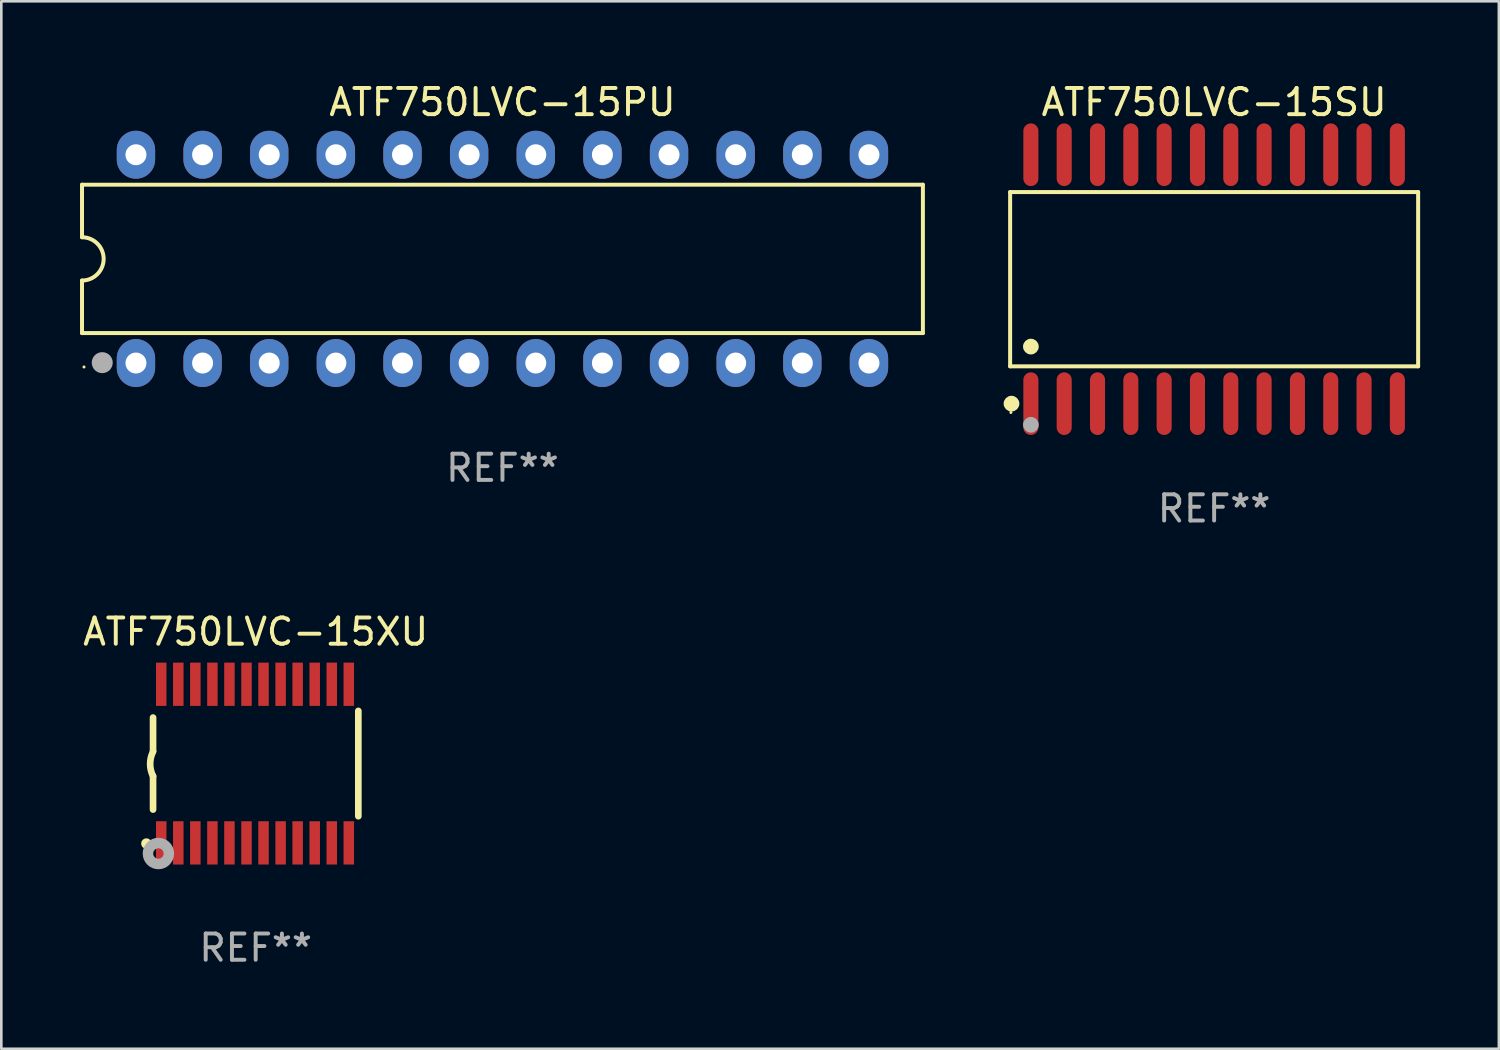
<source format=kicad_pcb>
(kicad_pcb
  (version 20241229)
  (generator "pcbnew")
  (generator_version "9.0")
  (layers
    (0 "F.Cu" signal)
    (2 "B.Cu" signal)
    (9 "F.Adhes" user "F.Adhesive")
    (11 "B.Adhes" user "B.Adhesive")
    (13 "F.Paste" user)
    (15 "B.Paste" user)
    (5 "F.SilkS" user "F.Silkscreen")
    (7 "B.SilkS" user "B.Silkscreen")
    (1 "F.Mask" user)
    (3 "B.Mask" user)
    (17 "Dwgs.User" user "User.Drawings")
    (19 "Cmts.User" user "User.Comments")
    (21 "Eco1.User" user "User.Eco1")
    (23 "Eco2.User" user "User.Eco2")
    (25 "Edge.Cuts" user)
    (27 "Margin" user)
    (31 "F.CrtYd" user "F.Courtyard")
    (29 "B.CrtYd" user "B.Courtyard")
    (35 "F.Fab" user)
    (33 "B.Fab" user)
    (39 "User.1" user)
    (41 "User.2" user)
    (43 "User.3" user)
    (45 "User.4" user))
  (footprint "ATF750LVC-15PU"
    (layer "F.Cu")
    (at 16.102 6.818)
    (property "Reference" "ATF750LVC-15PU" (at 0 -5.97 0) (layer "F.SilkS") (effects (font (size 1 1) (thickness 0.15))))
    (attr through_hole)
    (fp_line (start -16.026 -2.828) (end -16.026 -0.825) (stroke (width 0.152) (type solid)) (layer "F.SilkS"))
    (fp_line (start -16.026 0.825) (end -16.026 2.828) (stroke (width 0.152) (type solid)) (layer "F.SilkS"))
    (fp_line (start -16.026 2.828) (end 16.026 2.828) (stroke (width 0.152) (type solid)) (layer "F.SilkS"))
    (fp_line (start 16.026 -2.828) (end -16.026 -2.828) (stroke (width 0.152) (type solid)) (layer "F.SilkS"))
    (fp_line (start 16.026 2.828) (end 16.026 -2.828) (stroke (width 0.152) (type solid)) (layer "F.SilkS"))
    (fp_arc (start -16.026213 -0.824999) (mid -15.201214 0) (end -16.026213 0.824999) (stroke (width 0.1524) (type solid)) (layer "F.SilkS"))
    (fp_circle (center -15.95 4.12) (end -15.92 4.12) (stroke (width 0.06) (type solid)) (fill no) (layer "F.SilkS"))
    (fp_circle (center -15.255 3.96) (end -15.04 3.96) (stroke (width 0.15) (type solid)) (fill no) (layer "F.SilkS"))
    (fp_circle (center -15.255 3.955) (end -15.055 3.955) (stroke (width 0.4) (type solid)) (fill no) (layer "F.Fab"))
    (fp_text user "REF**" (at 0 7.97 0) (layer "F.Fab") (effects (font (size 1 1) (thickness 0.15))))
    (pad "1" thru_hole oval (at -13.97 3.97) (size 1.462 1.828) (drill 0.8) (layers "*.Cu" "*.Mask"))
    (pad "2" thru_hole oval (at -11.43 3.97) (size 1.462 1.828) (drill 0.8) (layers "*.Cu" "*.Mask"))
    (pad "3" thru_hole oval (at -8.89 3.97) (size 1.462 1.828) (drill 0.8) (layers "*.Cu" "*.Mask"))
    (pad "4" thru_hole oval (at -6.35 3.97) (size 1.462 1.828) (drill 0.8) (layers "*.Cu" "*.Mask"))
    (pad "5" thru_hole oval (at -3.81 3.97) (size 1.462 1.828) (drill 0.8) (layers "*.Cu" "*.Mask"))
    (pad "6" thru_hole oval (at -1.27 3.97) (size 1.462 1.828) (drill 0.8) (layers "*.Cu" "*.Mask"))
    (pad "7" thru_hole oval (at 1.27 3.97) (size 1.462 1.828) (drill 0.8) (layers "*.Cu" "*.Mask"))
    (pad "8" thru_hole oval (at 3.81 3.97) (size 1.462 1.828) (drill 0.8) (layers "*.Cu" "*.Mask"))
    (pad "9" thru_hole oval (at 6.35 3.97) (size 1.462 1.828) (drill 0.8) (layers "*.Cu" "*.Mask"))
    (pad "10" thru_hole oval (at 8.89 3.97) (size 1.462 1.828) (drill 0.8) (layers "*.Cu" "*.Mask"))
    (pad "11" thru_hole oval (at 11.43 3.97) (size 1.462 1.828) (drill 0.8) (layers "*.Cu" "*.Mask"))
    (pad "12" thru_hole oval (at 13.97 3.97) (size 1.462 1.828) (drill 0.8) (layers "*.Cu" "*.Mask"))
    (pad "13" thru_hole oval (at 13.97 -3.97) (size 1.462 1.828) (drill 0.8) (layers "*.Cu" "*.Mask"))
    (pad "14" thru_hole oval (at 11.43 -3.97) (size 1.462 1.828) (drill 0.8) (layers "*.Cu" "*.Mask"))
    (pad "15" thru_hole oval (at 8.89 -3.97) (size 1.462 1.828) (drill 0.8) (layers "*.Cu" "*.Mask"))
    (pad "16" thru_hole oval (at 6.35 -3.97) (size 1.462 1.828) (drill 0.8) (layers "*.Cu" "*.Mask"))
    (pad "17" thru_hole oval (at 3.81 -3.97) (size 1.462 1.828) (drill 0.8) (layers "*.Cu" "*.Mask"))
    (pad "18" thru_hole oval (at 1.27 -3.97) (size 1.462 1.828) (drill 0.8) (layers "*.Cu" "*.Mask"))
    (pad "19" thru_hole oval (at -1.27 -3.97) (size 1.462 1.828) (drill 0.8) (layers "*.Cu" "*.Mask"))
    (pad "20" thru_hole oval (at -3.81 -3.97) (size 1.462 1.828) (drill 0.8) (layers "*.Cu" "*.Mask"))
    (pad "21" thru_hole oval (at -6.35 -3.97) (size 1.462 1.828) (drill 0.8) (layers "*.Cu" "*.Mask"))
    (pad "22" thru_hole oval (at -8.89 -3.97) (size 1.462 1.828) (drill 0.8) (layers "*.Cu" "*.Mask"))
    (pad "23" thru_hole oval (at -11.43 -3.97) (size 1.462 1.828) (drill 0.8) (layers "*.Cu" "*.Mask"))
    (pad "24" thru_hole oval (at -13.97 -3.97) (size 1.462 1.828) (drill 0.8) (layers "*.Cu" "*.Mask")))
  (footprint "ATF750LVC-15SU"
    (layer "F.Cu")
    (at 43.229 7.592)
    (property "Reference" "ATF750LVC-15SU" (at 0 -6.744 0) (layer "F.SilkS") (effects (font (size 1 1) (thickness 0.15))))
    (attr through_hole)
    (fp_line (start -7.776 -3.321) (end 7.776 -3.321) (stroke (width 0.152) (type solid)) (layer "F.SilkS"))
    (fp_line (start -7.776 3.321) (end -7.776 -3.321) (stroke (width 0.152) (type solid)) (layer "F.SilkS"))
    (fp_line (start 7.776 -3.321) (end 7.776 3.321) (stroke (width 0.152) (type solid)) (layer "F.SilkS"))
    (fp_line (start 7.776 3.321) (end -7.776 3.321) (stroke (width 0.152) (type solid)) (layer "F.SilkS"))
    (fp_circle (center -7.747 5.08) (end -7.717 5.08) (stroke (width 0.06) (type solid)) (fill no) (layer "F.SilkS"))
    (fp_circle (center -7.724 4.744) (end -7.574 4.744) (stroke (width 0.3) (type solid)) (fill no) (layer "F.SilkS"))
    (fp_circle (center -6.985 2.569) (end -6.835 2.569) (stroke (width 0.3) (type solid)) (fill no) (layer "F.SilkS"))
    (fp_circle (center -6.985 5.55) (end -6.835 5.55) (stroke (width 0.3) (type solid)) (fill no) (layer "F.Fab"))
    (fp_text user "REF**" (at 0 8.744 0) (layer "F.Fab") (effects (font (size 1 1) (thickness 0.15))))
    (pad "1" smd oval (at -6.985 4.744) (size 0.574 2.388) (layers "F.Cu" "F.Mask" "F.Paste"))
    (pad "2" smd oval (at -5.715 4.744) (size 0.574 2.388) (layers "F.Cu" "F.Mask" "F.Paste"))
    (pad "3" smd oval (at -4.445 4.744) (size 0.574 2.388) (layers "F.Cu" "F.Mask" "F.Paste"))
    (pad "4" smd oval (at -3.175 4.744) (size 0.574 2.388) (layers "F.Cu" "F.Mask" "F.Paste"))
    (pad "5" smd oval (at -1.905 4.744) (size 0.574 2.388) (layers "F.Cu" "F.Mask" "F.Paste"))
    (pad "6" smd oval (at -0.635 4.744) (size 0.574 2.388) (layers "F.Cu" "F.Mask" "F.Paste"))
    (pad "7" smd oval (at 0.635 4.744) (size 0.574 2.388) (layers "F.Cu" "F.Mask" "F.Paste"))
    (pad "8" smd oval (at 1.905 4.744) (size 0.574 2.388) (layers "F.Cu" "F.Mask" "F.Paste"))
    (pad "9" smd oval (at 3.175 4.744) (size 0.574 2.388) (layers "F.Cu" "F.Mask" "F.Paste"))
    (pad "10" smd oval (at 4.445 4.744) (size 0.574 2.388) (layers "F.Cu" "F.Mask" "F.Paste"))
    (pad "11" smd oval (at 5.715 4.744) (size 0.574 2.388) (layers "F.Cu" "F.Mask" "F.Paste"))
    (pad "12" smd oval (at 6.985 4.744) (size 0.574 2.388) (layers "F.Cu" "F.Mask" "F.Paste"))
    (pad "13" smd oval (at 6.985 -4.744) (size 0.574 2.388) (layers "F.Cu" "F.Mask" "F.Paste"))
    (pad "14" smd oval (at 5.715 -4.744) (size 0.574 2.388) (layers "F.Cu" "F.Mask" "F.Paste"))
    (pad "15" smd oval (at 4.445 -4.744) (size 0.574 2.388) (layers "F.Cu" "F.Mask" "F.Paste"))
    (pad "16" smd oval (at 3.175 -4.744) (size 0.574 2.388) (layers "F.Cu" "F.Mask" "F.Paste"))
    (pad "17" smd oval (at 1.905 -4.744) (size 0.574 2.388) (layers "F.Cu" "F.Mask" "F.Paste"))
    (pad "18" smd oval (at 0.635 -4.744) (size 0.574 2.388) (layers "F.Cu" "F.Mask" "F.Paste"))
    (pad "19" smd oval (at -0.635 -4.744) (size 0.574 2.388) (layers "F.Cu" "F.Mask" "F.Paste"))
    (pad "20" smd oval (at -1.905 -4.744) (size 0.574 2.388) (layers "F.Cu" "F.Mask" "F.Paste"))
    (pad "21" smd oval (at -3.175 -4.744) (size 0.574 2.388) (layers "F.Cu" "F.Mask" "F.Paste"))
    (pad "22" smd oval (at -4.445 -4.744) (size 0.574 2.388) (layers "F.Cu" "F.Mask" "F.Paste"))
    (pad "23" smd oval (at -5.715 -4.744) (size 0.574 2.388) (layers "F.Cu" "F.Mask" "F.Paste"))
    (pad "24" smd oval (at -6.985 -4.744) (size 0.574 2.388) (layers "F.Cu" "F.Mask" "F.Paste")))
  (footprint "ATF750LVC-15XU"
    (layer "F.Cu")
    (at 6.696 26.055)
    (property "Reference" "ATF750LVC-15XU" (at 0 -5.023 0) (layer "F.SilkS") (effects (font (size 1 1) (thickness 0.15))))
    (attr through_hole)
    (fp_line (start -3.912 -0.483) (end -3.912 -1.753) (stroke (width 0.254) (type solid)) (layer "F.SilkS"))
    (fp_line (start -3.912 1.753) (end -3.912 0.483) (stroke (width 0.254) (type solid)) (layer "F.SilkS"))
    (fp_line (start 3.912 -2.007) (end 3.912 2.007) (stroke (width 0.254) (type solid)) (layer "F.SilkS"))
    (fp_arc (start -3.911608 0.482601) (mid -4.022537 0.0127) (end -3.911608 -0.457201) (stroke (width 0.254001) (type solid)) (layer "F.SilkS"))
    (fp_circle (center -4.166 3.048) (end -4.066 3.048) (stroke (width 0.2) (type solid)) (fill no) (layer "F.SilkS"))
    (fp_circle (center -3.925 3.186) (end -3.895 3.186) (stroke (width 0.06) (type solid)) (fill no) (layer "F.SilkS"))
    (fp_circle (center -3.708 3.429) (end -3.509 3.429) (stroke (width 0.4) (type solid)) (fill no) (layer "F.Fab"))
    (fp_text user "REF**" (at 0 7.023 0) (layer "F.Fab") (effects (font (size 1 1) (thickness 0.15))))
    (pad "1" smd rect (at -3.6 3.023) (size 0.4 1.65) (layers "F.Cu" "F.Mask" "F.Paste"))
    (pad "2" smd rect (at -2.95 3.023) (size 0.4 1.65) (layers "F.Cu" "F.Mask" "F.Paste"))
    (pad "3" smd rect (at -2.3 3.023) (size 0.4 1.65) (layers "F.Cu" "F.Mask" "F.Paste"))
    (pad "4" smd rect (at -1.65 3.023) (size 0.4 1.65) (layers "F.Cu" "F.Mask" "F.Paste"))
    (pad "5" smd rect (at -1 3.023) (size 0.4 1.65) (layers "F.Cu" "F.Mask" "F.Paste"))
    (pad "6" smd rect (at -0.35 3.023) (size 0.4 1.65) (layers "F.Cu" "F.Mask" "F.Paste"))
    (pad "7" smd rect (at 0.299 3.023) (size 0.4 1.65) (layers "F.Cu" "F.Mask" "F.Paste"))
    (pad "8" smd rect (at 0.95 3.023) (size 0.4 1.65) (layers "F.Cu" "F.Mask" "F.Paste"))
    (pad "9" smd rect (at 1.6 3.023) (size 0.4 1.65) (layers "F.Cu" "F.Mask" "F.Paste"))
    (pad "10" smd rect (at 2.25 3.023) (size 0.4 1.65) (layers "F.Cu" "F.Mask" "F.Paste"))
    (pad "11" smd rect (at 2.9 3.023) (size 0.4 1.65) (layers "F.Cu" "F.Mask" "F.Paste"))
    (pad "12" smd rect (at 3.549 3.023) (size 0.4 1.65) (layers "F.Cu" "F.Mask" "F.Paste"))
    (pad "13" smd rect (at 3.549 -3.023) (size 0.4 1.65) (layers "F.Cu" "F.Mask" "F.Paste"))
    (pad "14" smd rect (at 2.9 -3.023) (size 0.4 1.65) (layers "F.Cu" "F.Mask" "F.Paste"))
    (pad "15" smd rect (at 2.25 -3.023) (size 0.4 1.65) (layers "F.Cu" "F.Mask" "F.Paste"))
    (pad "16" smd rect (at 1.6 -3.023) (size 0.4 1.65) (layers "F.Cu" "F.Mask" "F.Paste"))
    (pad "17" smd rect (at 0.95 -3.023) (size 0.4 1.65) (layers "F.Cu" "F.Mask" "F.Paste"))
    (pad "18" smd rect (at 0.299 -3.023) (size 0.4 1.65) (layers "F.Cu" "F.Mask" "F.Paste"))
    (pad "19" smd rect (at -0.35 -3.023) (size 0.4 1.65) (layers "F.Cu" "F.Mask" "F.Paste"))
    (pad "20" smd rect (at -1 -3.023) (size 0.4 1.65) (layers "F.Cu" "F.Mask" "F.Paste"))
    (pad "21" smd rect (at -1.65 -3.023) (size 0.4 1.65) (layers "F.Cu" "F.Mask" "F.Paste"))
    (pad "22" smd rect (at -2.3 -3.023) (size 0.4 1.65) (layers "F.Cu" "F.Mask" "F.Paste"))
    (pad "23" smd rect (at -2.95 -3.023) (size 0.4 1.65) (layers "F.Cu" "F.Mask" "F.Paste"))
    (pad "24" smd rect (at -3.6 -3.023) (size 0.4 1.65) (layers "F.Cu" "F.Mask" "F.Paste")))
  (gr_rect
    (start -3 -3)
    (end 54.082 36.926)
    (stroke (width 0.1) (type default))
    (fill no)
    (layer "Edge.Cuts")))
</source>
